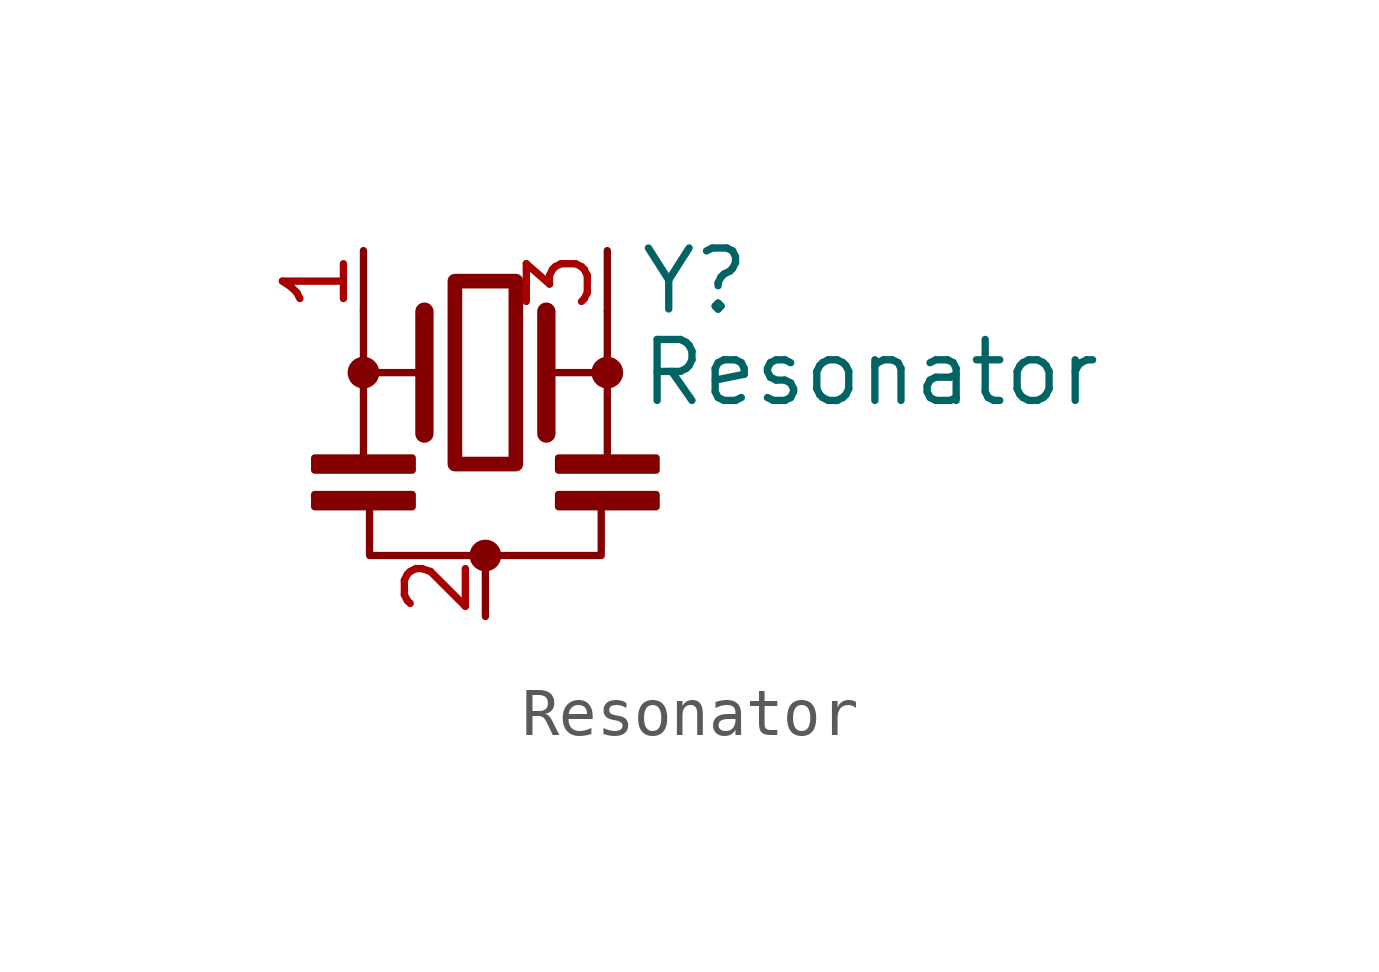
<source format=kicad_sym>
(kicad_symbol_lib
  (version 20220914)
  (generator kicad_symbol_editor)
  (symbol "Resonator"
    (pin_names
      (offset 1.016) hide)
    (property "Reference" "Y"
      (at 3.175 1.905 0)
      (effects (font (size 1.27 1.27)) (justify left)))
    (property "Value" "Resonator"
      (at 3.175 0 0)
      (effects (font (size 1.27 1.27)) (justify left)))
    (symbol "Resonator_0_1"
      (rectangle (start -3.556 -2.54) (end -1.524 -2.794) (stroke (width 0) (type default)) (fill (type outline)))
      (rectangle (start -3.556 -1.778) (end -1.524 -2.032) (stroke (width 0) (type default)) (fill (type outline)))
      (circle (center -2.54 0) (radius 0.254) (stroke (width 0) (type default)) (fill (type outline)))
      (rectangle (start -0.635 1.905) (end 0.635 -1.905) (stroke (width 0.305) (type default)) (fill (type none)))
      (circle (center 0 -3.81) (radius 0.254) (stroke (width 0) (type default)) (fill (type outline)))
      (polyline (pts (xy -2.54 -1.778) (xy -2.54 0)) (stroke (width 0) (type default)) (fill (type none)))
      (polyline (pts (xy -2.54 0) (xy -1.397 0)) (stroke (width 0) (type default)) (fill (type none)))
      (polyline (pts (xy -2.54 1.27) (xy -2.54 0)) (stroke (width 0) (type default)) (fill (type none)))
      (polyline (pts (xy -1.27 -1.27) (xy -1.27 1.27)) (stroke (width 0.381) (type default)) (fill (type none)))
      (polyline (pts (xy 1.27 -1.27) (xy 1.27 1.27)) (stroke (width 0.381) (type default)) (fill (type none)))
      (polyline (pts (xy 1.27 0) (xy 2.54 0)) (stroke (width 0) (type default)) (fill (type none)))
      (polyline (pts (xy 2.54 0) (xy 2.54 -1.778)) (stroke (width 0) (type default)) (fill (type none)))
      (polyline (pts (xy 2.54 1.27) (xy 2.54 0)) (stroke (width 0) (type default)) (fill (type none)))
      (polyline (pts (xy 2.413 -2.794) (xy 2.413 -3.81) (xy -2.413 -3.81) (xy -2.413 -2.667)) (stroke (width 0) (type default)) (fill (type none)))
      (rectangle (start 1.524 -2.54) (end 3.556 -2.794) (stroke (width 0) (type default)) (fill (type outline)))
      (rectangle (start 1.524 -1.778) (end 3.556 -2.032) (stroke (width 0) (type default)) (fill (type outline)))
      (circle (center 2.54 0) (radius 0.254) (stroke (width 0) (type default)) (fill (type outline))))
    (symbol "Resonator_1_1"
      (pin passive line (at -2.54 2.54 270) (length 1.27) (name "1" (effects (font (size 1.27 1.27)))) (number "1" (effects (font (size 1.27 1.27)))))
      (pin passive line (at 0 -5.08 90) (length 1.27) (name "2" (effects (font (size 1.27 1.27)))) (number "2" (effects (font (size 1.27 1.27)))))
      (pin passive line (at 2.54 2.54 270) (length 1.27) (name "3" (effects (font (size 1.27 1.27)))) (number "3" (effects (font (size 1.27 1.27))))))))
</source>
